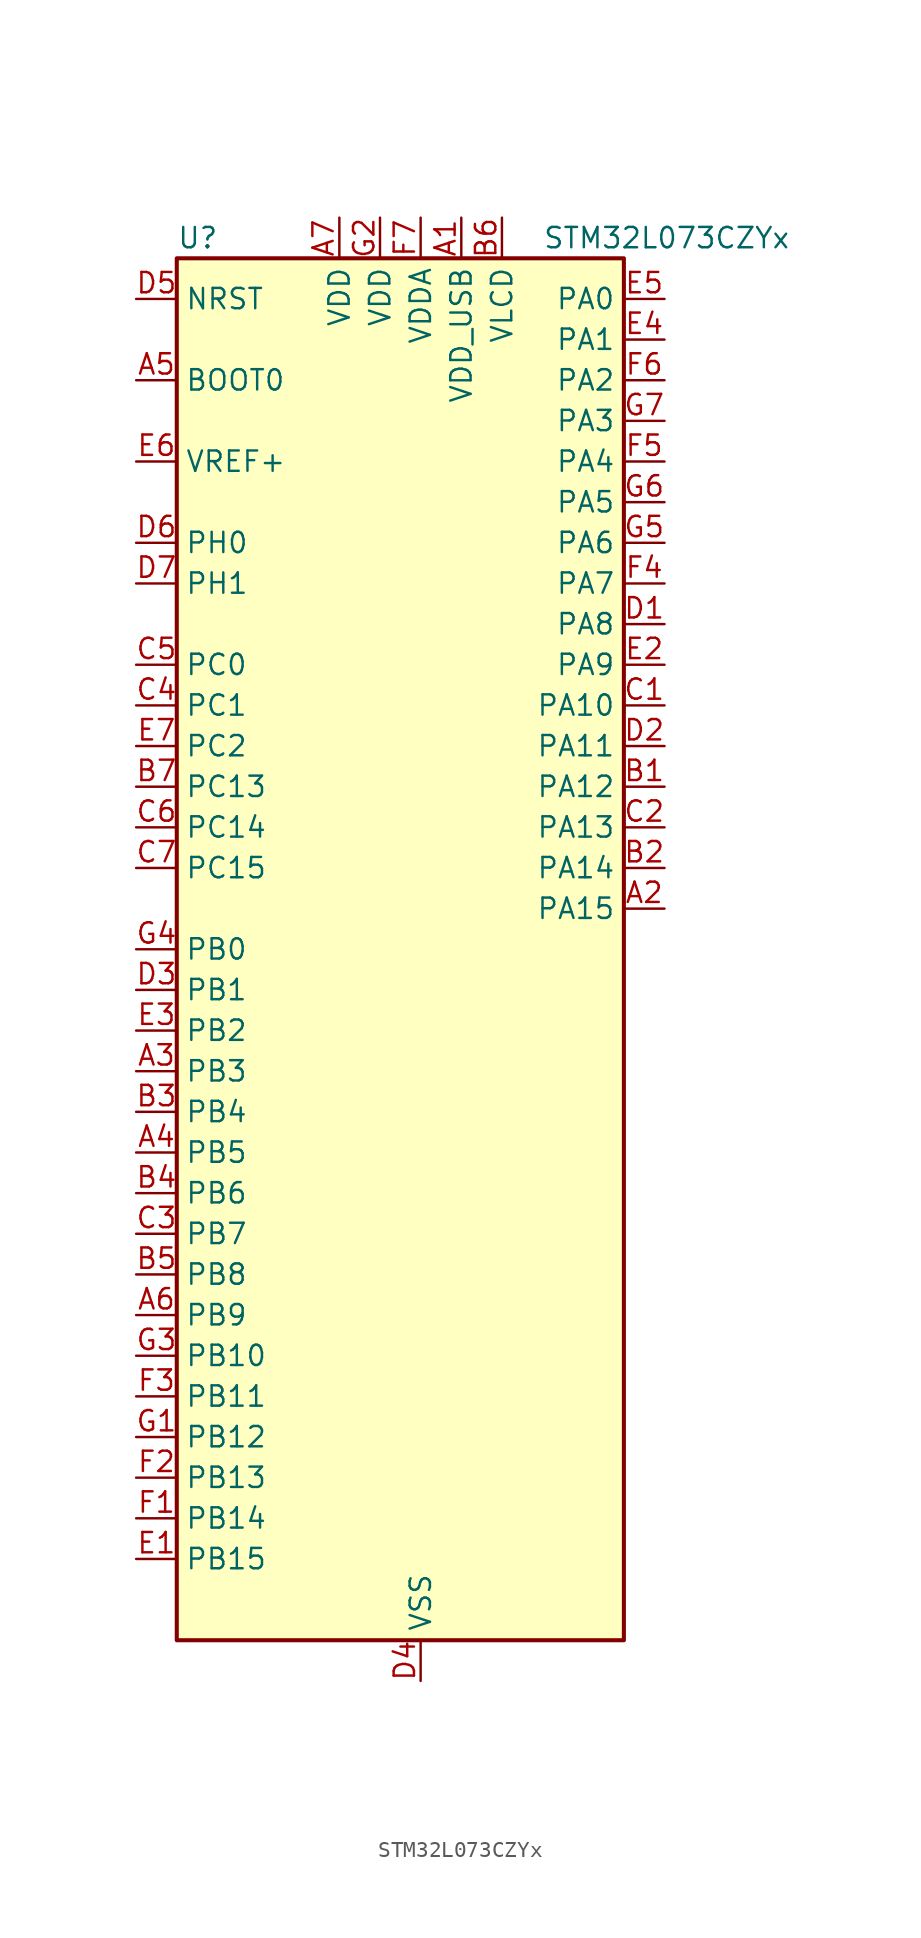
<source format=kicad_sym>
(kicad_symbol_lib
  (version 20231120)
  (generator "kicad_symbol_editor")
  (generator_version "8.0")
  (symbol "STM32L073CZYx"
    (property "Reference" "U"
      (at -12.7 44.45 0)
      (effects (font (size 1.27 1.27)) (justify left)))
    (property "Value" "STM32L073CZYx"
      (at 10.16 44.45 0)
      (effects (font (size 1.27 1.27)) (justify left)))
    (property "ki_locked" ""
      (at 0 0 0)
      (effects (font (size 1.27 1.27))))
    (symbol "STM32L073CZYx_0_1"
      (rectangle (start -12.7 -43.18) (end 15.24 43.18) (stroke (width 0.254) (type default)) (fill (type background))))
    (symbol "STM32L073CZYx_1_1"
      (pin power_in line (at 5.08 45.72 270) (length 2.54) (name "VDD_USB" (effects (font (size 1.27 1.27)))) (number "A1" (effects (font (size 1.27 1.27)))))
      (pin bidirectional line (at 17.78 2.54 180) (length 2.54) (name "PA15" (effects (font (size 1.27 1.27)))) (number "A2" (effects (font (size 1.27 1.27)))) (alternate "LCD_SEG17" bidirectional line) (alternate "SPI1_NSS" bidirectional line) (alternate "TIM2_CH1" bidirectional line) (alternate "TIM2_ETR" bidirectional line) (alternate "USART2_RX" bidirectional line) (alternate "USART4_DE" bidirectional line) (alternate "USART4_RTS" bidirectional line))
      (pin bidirectional line (at -15.24 -7.62 0) (length 2.54) (name "PB3" (effects (font (size 1.27 1.27)))) (number "A3" (effects (font (size 1.27 1.27)))) (alternate "COMP2_INM" bidirectional line) (alternate "LCD_SEG7" bidirectional line) (alternate "SPI1_SCK" bidirectional line) (alternate "TIM2_CH2" bidirectional line) (alternate "TSC_G5_IO1" bidirectional line) (alternate "USART1_DE" bidirectional line) (alternate "USART1_RTS" bidirectional line) (alternate "USART5_TX" bidirectional line))
      (pin bidirectional line (at -15.24 -12.7 0) (length 2.54) (name "PB5" (effects (font (size 1.27 1.27)))) (number "A4" (effects (font (size 1.27 1.27)))) (alternate "COMP2_INP" bidirectional line) (alternate "I2C1_SMBA" bidirectional line) (alternate "LCD_SEG9" bidirectional line) (alternate "LPTIM1_IN1" bidirectional line) (alternate "SPI1_MOSI" bidirectional line) (alternate "TIM22_CH2" bidirectional line) (alternate "TIM3_CH2" bidirectional line) (alternate "USART1_CK" bidirectional line) (alternate "USART5_CK" bidirectional line) (alternate "USART5_DE" bidirectional line) (alternate "USART5_RTS" bidirectional line))
      (pin input line (at -15.24 35.56 0) (length 2.54) (name "BOOT0" (effects (font (size 1.27 1.27)))) (number "A5" (effects (font (size 1.27 1.27)))))
      (pin bidirectional line (at -15.24 -22.86 0) (length 2.54) (name "PB9" (effects (font (size 1.27 1.27)))) (number "A6" (effects (font (size 1.27 1.27)))) (alternate "DAC_EXTI9" bidirectional line) (alternate "I2C1_SDA" bidirectional line) (alternate "I2S2_WS" bidirectional line) (alternate "LCD_COM3" bidirectional line) (alternate "SPI2_NSS" bidirectional line))
      (pin power_in line (at -2.54 45.72 270) (length 2.54) (name "VDD" (effects (font (size 1.27 1.27)))) (number "A7" (effects (font (size 1.27 1.27)))))
      (pin bidirectional line (at 17.78 10.16 180) (length 2.54) (name "PA12" (effects (font (size 1.27 1.27)))) (number "B1" (effects (font (size 1.27 1.27)))) (alternate "COMP2_OUT" bidirectional line) (alternate "SPI1_MOSI" bidirectional line) (alternate "TSC_G4_IO4" bidirectional line) (alternate "USART1_DE" bidirectional line) (alternate "USART1_RTS" bidirectional line) (alternate "USB_DP" bidirectional line))
      (pin bidirectional line (at 17.78 5.08 180) (length 2.54) (name "PA14" (effects (font (size 1.27 1.27)))) (number "B2" (effects (font (size 1.27 1.27)))) (alternate "LPUART1_TX" bidirectional line) (alternate "SYS_SWCLK" bidirectional line) (alternate "USART2_TX" bidirectional line))
      (pin bidirectional line (at -15.24 -10.16 0) (length 2.54) (name "PB4" (effects (font (size 1.27 1.27)))) (number "B3" (effects (font (size 1.27 1.27)))) (alternate "COMP2_INP" bidirectional line) (alternate "I2C3_SDA" bidirectional line) (alternate "LCD_SEG8" bidirectional line) (alternate "SPI1_MISO" bidirectional line) (alternate "TIM22_CH1" bidirectional line) (alternate "TIM3_CH1" bidirectional line) (alternate "TSC_G5_IO2" bidirectional line) (alternate "USART1_CTS" bidirectional line) (alternate "USART5_RX" bidirectional line))
      (pin bidirectional line (at -15.24 -15.24 0) (length 2.54) (name "PB6" (effects (font (size 1.27 1.27)))) (number "B4" (effects (font (size 1.27 1.27)))) (alternate "COMP2_INP" bidirectional line) (alternate "I2C1_SCL" bidirectional line) (alternate "LPTIM1_ETR" bidirectional line) (alternate "TSC_G5_IO3" bidirectional line) (alternate "USART1_TX" bidirectional line))
      (pin bidirectional line (at -15.24 -20.32 0) (length 2.54) (name "PB8" (effects (font (size 1.27 1.27)))) (number "B5" (effects (font (size 1.27 1.27)))) (alternate "I2C1_SCL" bidirectional line) (alternate "LCD_SEG16" bidirectional line) (alternate "TSC_SYNC" bidirectional line))
      (pin power_in line (at 7.62 45.72 270) (length 2.54) (name "VLCD" (effects (font (size 1.27 1.27)))) (number "B6" (effects (font (size 1.27 1.27)))))
      (pin bidirectional line (at -15.24 10.16 0) (length 2.54) (name "PC13" (effects (font (size 1.27 1.27)))) (number "B7" (effects (font (size 1.27 1.27)))) (alternate "RTC_OUT_ALARM" bidirectional line) (alternate "RTC_OUT_CALIB" bidirectional line) (alternate "RTC_TAMP1" bidirectional line) (alternate "RTC_TS" bidirectional line) (alternate "SYS_WKUP2" bidirectional line))
      (pin bidirectional line (at 17.78 15.24 180) (length 2.54) (name "PA10" (effects (font (size 1.27 1.27)))) (number "C1" (effects (font (size 1.27 1.27)))) (alternate "I2C1_SDA" bidirectional line) (alternate "LCD_COM2" bidirectional line) (alternate "TSC_G4_IO2" bidirectional line) (alternate "USART1_RX" bidirectional line))
      (pin bidirectional line (at 17.78 7.62 180) (length 2.54) (name "PA13" (effects (font (size 1.27 1.27)))) (number "C2" (effects (font (size 1.27 1.27)))) (alternate "LPUART1_RX" bidirectional line) (alternate "SYS_SWDIO" bidirectional line) (alternate "USB_NOE" bidirectional line))
      (pin bidirectional line (at -15.24 -17.78 0) (length 2.54) (name "PB7" (effects (font (size 1.27 1.27)))) (number "C3" (effects (font (size 1.27 1.27)))) (alternate "COMP2_INP" bidirectional line) (alternate "I2C1_SDA" bidirectional line) (alternate "LPTIM1_IN2" bidirectional line) (alternate "SYS_PVD_IN" bidirectional line) (alternate "TSC_G5_IO4" bidirectional line) (alternate "USART1_RX" bidirectional line) (alternate "USART4_CTS" bidirectional line))
      (pin bidirectional line (at -15.24 15.24 0) (length 2.54) (name "PC1" (effects (font (size 1.27 1.27)))) (number "C4" (effects (font (size 1.27 1.27)))) (alternate "ADC_IN11" bidirectional line) (alternate "I2C3_SDA" bidirectional line) (alternate "LCD_SEG19" bidirectional line) (alternate "LPTIM1_OUT" bidirectional line) (alternate "LPUART1_TX" bidirectional line) (alternate "TSC_G7_IO2" bidirectional line))
      (pin bidirectional line (at -15.24 17.78 0) (length 2.54) (name "PC0" (effects (font (size 1.27 1.27)))) (number "C5" (effects (font (size 1.27 1.27)))) (alternate "ADC_IN10" bidirectional line) (alternate "I2C3_SCL" bidirectional line) (alternate "LCD_SEG18" bidirectional line) (alternate "LPTIM1_IN1" bidirectional line) (alternate "LPUART1_RX" bidirectional line) (alternate "TSC_G7_IO1" bidirectional line))
      (pin bidirectional line (at -15.24 7.62 0) (length 2.54) (name "PC14" (effects (font (size 1.27 1.27)))) (number "C6" (effects (font (size 1.27 1.27)))) (alternate "RCC_OSC32_IN" bidirectional line))
      (pin bidirectional line (at -15.24 5.08 0) (length 2.54) (name "PC15" (effects (font (size 1.27 1.27)))) (number "C7" (effects (font (size 1.27 1.27)))) (alternate "RCC_OSC32_OUT" bidirectional line))
      (pin bidirectional line (at 17.78 20.32 180) (length 2.54) (name "PA8" (effects (font (size 1.27 1.27)))) (number "D1" (effects (font (size 1.27 1.27)))) (alternate "CRS_SYNC" bidirectional line) (alternate "I2C3_SCL" bidirectional line) (alternate "LCD_COM0" bidirectional line) (alternate "RCC_MCO" bidirectional line) (alternate "USART1_CK" bidirectional line))
      (pin bidirectional line (at 17.78 12.7 180) (length 2.54) (name "PA11" (effects (font (size 1.27 1.27)))) (number "D2" (effects (font (size 1.27 1.27)))) (alternate "ADC_EXTI11" bidirectional line) (alternate "COMP1_OUT" bidirectional line) (alternate "SPI1_MISO" bidirectional line) (alternate "TSC_G4_IO3" bidirectional line) (alternate "USART1_CTS" bidirectional line) (alternate "USB_DM" bidirectional line))
      (pin bidirectional line (at -15.24 -2.54 0) (length 2.54) (name "PB1" (effects (font (size 1.27 1.27)))) (number "D3" (effects (font (size 1.27 1.27)))) (alternate "ADC_IN9" bidirectional line) (alternate "LCD_SEG6" bidirectional line) (alternate "LPUART1_DE" bidirectional line) (alternate "LPUART1_RTS" bidirectional line) (alternate "SYS_VREF_OUT_PB1" bidirectional line) (alternate "TIM3_CH4" bidirectional line) (alternate "TSC_G3_IO3" bidirectional line))
      (pin power_in line (at 2.54 -45.72 90) (length 2.54) (name "VSS" (effects (font (size 1.27 1.27)))) (number "D4" (effects (font (size 1.27 1.27)))))
      (pin input line (at -15.24 40.64 0) (length 2.54) (name "NRST" (effects (font (size 1.27 1.27)))) (number "D5" (effects (font (size 1.27 1.27)))))
      (pin bidirectional line (at -15.24 25.4 0) (length 2.54) (name "PH0" (effects (font (size 1.27 1.27)))) (number "D6" (effects (font (size 1.27 1.27)))) (alternate "CRS_SYNC" bidirectional line) (alternate "RCC_OSC_IN" bidirectional line))
      (pin bidirectional line (at -15.24 22.86 0) (length 2.54) (name "PH1" (effects (font (size 1.27 1.27)))) (number "D7" (effects (font (size 1.27 1.27)))) (alternate "RCC_OSC_OUT" bidirectional line))
      (pin bidirectional line (at -15.24 -38.1 0) (length 2.54) (name "PB15" (effects (font (size 1.27 1.27)))) (number "E1" (effects (font (size 1.27 1.27)))) (alternate "I2S2_SD" bidirectional line) (alternate "LCD_SEG15" bidirectional line) (alternate "RTC_REFIN" bidirectional line) (alternate "SPI2_MOSI" bidirectional line))
      (pin bidirectional line (at 17.78 17.78 180) (length 2.54) (name "PA9" (effects (font (size 1.27 1.27)))) (number "E2" (effects (font (size 1.27 1.27)))) (alternate "DAC_EXTI9" bidirectional line) (alternate "I2C1_SCL" bidirectional line) (alternate "I2C3_SMBA" bidirectional line) (alternate "LCD_COM1" bidirectional line) (alternate "RCC_MCO" bidirectional line) (alternate "TSC_G4_IO1" bidirectional line) (alternate "USART1_TX" bidirectional line))
      (pin bidirectional line (at -15.24 -5.08 0) (length 2.54) (name "PB2" (effects (font (size 1.27 1.27)))) (number "E3" (effects (font (size 1.27 1.27)))) (alternate "I2C3_SMBA" bidirectional line) (alternate "LCD_VLCD2" bidirectional line) (alternate "LPTIM1_OUT" bidirectional line) (alternate "TSC_G3_IO4" bidirectional line))
      (pin bidirectional line (at 17.78 38.1 180) (length 2.54) (name "PA1" (effects (font (size 1.27 1.27)))) (number "E4" (effects (font (size 1.27 1.27)))) (alternate "ADC_IN1" bidirectional line) (alternate "COMP1_INP" bidirectional line) (alternate "LCD_SEG0" bidirectional line) (alternate "TIM21_ETR" bidirectional line) (alternate "TIM2_CH2" bidirectional line) (alternate "TSC_G1_IO2" bidirectional line) (alternate "USART2_DE" bidirectional line) (alternate "USART2_RTS" bidirectional line) (alternate "USART4_RX" bidirectional line))
      (pin bidirectional line (at 17.78 40.64 180) (length 2.54) (name "PA0" (effects (font (size 1.27 1.27)))) (number "E5" (effects (font (size 1.27 1.27)))) (alternate "ADC_IN0" bidirectional line) (alternate "COMP1_INM" bidirectional line) (alternate "COMP1_OUT" bidirectional line) (alternate "RTC_TAMP2" bidirectional line) (alternate "SYS_WKUP1" bidirectional line) (alternate "TIM2_CH1" bidirectional line) (alternate "TIM2_ETR" bidirectional line) (alternate "TSC_G1_IO1" bidirectional line) (alternate "USART2_CTS" bidirectional line) (alternate "USART4_TX" bidirectional line))
      (pin input line (at -15.24 30.48 0) (length 2.54) (name "VREF+" (effects (font (size 1.27 1.27)))) (number "E6" (effects (font (size 1.27 1.27)))))
      (pin bidirectional line (at -15.24 12.7 0) (length 2.54) (name "PC2" (effects (font (size 1.27 1.27)))) (number "E7" (effects (font (size 1.27 1.27)))) (alternate "ADC_IN12" bidirectional line) (alternate "I2S2_MCK" bidirectional line) (alternate "LCD_SEG20" bidirectional line) (alternate "LPTIM1_IN2" bidirectional line) (alternate "SPI2_MISO" bidirectional line) (alternate "TSC_G7_IO3" bidirectional line))
      (pin bidirectional line (at -15.24 -35.56 0) (length 2.54) (name "PB14" (effects (font (size 1.27 1.27)))) (number "F1" (effects (font (size 1.27 1.27)))) (alternate "I2C2_SDA" bidirectional line) (alternate "I2S2_MCK" bidirectional line) (alternate "LCD_SEG14" bidirectional line) (alternate "LPUART1_DE" bidirectional line) (alternate "LPUART1_RTS" bidirectional line) (alternate "RTC_OUT_ALARM" bidirectional line) (alternate "RTC_OUT_CALIB" bidirectional line) (alternate "SPI2_MISO" bidirectional line) (alternate "TIM21_CH2" bidirectional line) (alternate "TSC_G6_IO4" bidirectional line))
      (pin bidirectional line (at -15.24 -33.02 0) (length 2.54) (name "PB13" (effects (font (size 1.27 1.27)))) (number "F2" (effects (font (size 1.27 1.27)))) (alternate "I2C2_SCL" bidirectional line) (alternate "I2S2_CK" bidirectional line) (alternate "LCD_SEG13" bidirectional line) (alternate "LPUART1_CTS" bidirectional line) (alternate "RCC_MCO" bidirectional line) (alternate "SPI2_SCK" bidirectional line) (alternate "TIM21_CH1" bidirectional line) (alternate "TSC_G6_IO3" bidirectional line))
      (pin bidirectional line (at -15.24 -27.94 0) (length 2.54) (name "PB11" (effects (font (size 1.27 1.27)))) (number "F3" (effects (font (size 1.27 1.27)))) (alternate "ADC_EXTI11" bidirectional line) (alternate "I2C2_SDA" bidirectional line) (alternate "LCD_SEG11" bidirectional line) (alternate "LPUART1_RX" bidirectional line) (alternate "LPUART1_TX" bidirectional line) (alternate "TIM2_CH4" bidirectional line) (alternate "TSC_G6_IO1" bidirectional line))
      (pin bidirectional line (at 17.78 22.86 180) (length 2.54) (name "PA7" (effects (font (size 1.27 1.27)))) (number "F4" (effects (font (size 1.27 1.27)))) (alternate "ADC_IN7" bidirectional line) (alternate "COMP2_OUT" bidirectional line) (alternate "LCD_SEG4" bidirectional line) (alternate "SPI1_MOSI" bidirectional line) (alternate "TIM22_CH2" bidirectional line) (alternate "TIM3_CH2" bidirectional line) (alternate "TSC_G2_IO4" bidirectional line))
      (pin bidirectional line (at 17.78 30.48 180) (length 2.54) (name "PA4" (effects (font (size 1.27 1.27)))) (number "F5" (effects (font (size 1.27 1.27)))) (alternate "ADC_IN4" bidirectional line) (alternate "COMP1_INM" bidirectional line) (alternate "COMP2_INM" bidirectional line) (alternate "DAC_OUT1" bidirectional line) (alternate "SPI1_NSS" bidirectional line) (alternate "TIM22_ETR" bidirectional line) (alternate "TSC_G2_IO1" bidirectional line) (alternate "USART2_CK" bidirectional line))
      (pin bidirectional line (at 17.78 35.56 180) (length 2.54) (name "PA2" (effects (font (size 1.27 1.27)))) (number "F6" (effects (font (size 1.27 1.27)))) (alternate "ADC_IN2" bidirectional line) (alternate "COMP2_INM" bidirectional line) (alternate "COMP2_OUT" bidirectional line) (alternate "LCD_SEG1" bidirectional line) (alternate "LPUART1_TX" bidirectional line) (alternate "TIM21_CH1" bidirectional line) (alternate "TIM2_CH3" bidirectional line) (alternate "TSC_G1_IO3" bidirectional line) (alternate "USART2_TX" bidirectional line))
      (pin power_in line (at 2.54 45.72 270) (length 2.54) (name "VDDA" (effects (font (size 1.27 1.27)))) (number "F7" (effects (font (size 1.27 1.27)))))
      (pin bidirectional line (at -15.24 -30.48 0) (length 2.54) (name "PB12" (effects (font (size 1.27 1.27)))) (number "G1" (effects (font (size 1.27 1.27)))) (alternate "I2S2_WS" bidirectional line) (alternate "LCD_SEG12" bidirectional line) (alternate "LCD_VLCD2" bidirectional line) (alternate "LPUART1_DE" bidirectional line) (alternate "LPUART1_RTS" bidirectional line) (alternate "SPI2_NSS" bidirectional line) (alternate "TSC_G6_IO2" bidirectional line))
      (pin power_in line (at 0 45.72 270) (length 2.54) (name "VDD" (effects (font (size 1.27 1.27)))) (number "G2" (effects (font (size 1.27 1.27)))))
      (pin bidirectional line (at -15.24 -25.4 0) (length 2.54) (name "PB10" (effects (font (size 1.27 1.27)))) (number "G3" (effects (font (size 1.27 1.27)))) (alternate "I2C2_SCL" bidirectional line) (alternate "LCD_SEG10" bidirectional line) (alternate "LPUART1_RX" bidirectional line) (alternate "LPUART1_TX" bidirectional line) (alternate "SPI2_SCK" bidirectional line) (alternate "TIM2_CH3" bidirectional line) (alternate "TSC_SYNC" bidirectional line))
      (pin bidirectional line (at -15.24 0 0) (length 2.54) (name "PB0" (effects (font (size 1.27 1.27)))) (number "G4" (effects (font (size 1.27 1.27)))) (alternate "ADC_IN8" bidirectional line) (alternate "LCD_SEG5" bidirectional line) (alternate "LCD_VLCD3" bidirectional line) (alternate "SYS_VREF_OUT_PB0" bidirectional line) (alternate "TIM3_CH3" bidirectional line) (alternate "TSC_G3_IO2" bidirectional line))
      (pin bidirectional line (at 17.78 25.4 180) (length 2.54) (name "PA6" (effects (font (size 1.27 1.27)))) (number "G5" (effects (font (size 1.27 1.27)))) (alternate "ADC_IN6" bidirectional line) (alternate "COMP1_OUT" bidirectional line) (alternate "LCD_SEG3" bidirectional line) (alternate "LPUART1_CTS" bidirectional line) (alternate "SPI1_MISO" bidirectional line) (alternate "TIM22_CH1" bidirectional line) (alternate "TIM3_CH1" bidirectional line) (alternate "TSC_G2_IO3" bidirectional line))
      (pin bidirectional line (at 17.78 27.94 180) (length 2.54) (name "PA5" (effects (font (size 1.27 1.27)))) (number "G6" (effects (font (size 1.27 1.27)))) (alternate "ADC_IN5" bidirectional line) (alternate "COMP1_INM" bidirectional line) (alternate "COMP2_INM" bidirectional line) (alternate "DAC_OUT2" bidirectional line) (alternate "SPI1_SCK" bidirectional line) (alternate "TIM2_CH1" bidirectional line) (alternate "TIM2_ETR" bidirectional line) (alternate "TSC_G2_IO2" bidirectional line))
      (pin bidirectional line (at 17.78 33.02 180) (length 2.54) (name "PA3" (effects (font (size 1.27 1.27)))) (number "G7" (effects (font (size 1.27 1.27)))) (alternate "ADC_IN3" bidirectional line) (alternate "COMP2_INP" bidirectional line) (alternate "LCD_SEG2" bidirectional line) (alternate "LPUART1_RX" bidirectional line) (alternate "TIM21_CH2" bidirectional line) (alternate "TIM2_CH4" bidirectional line) (alternate "TSC_G1_IO4" bidirectional line) (alternate "USART2_RX" bidirectional line)))))
</source>
